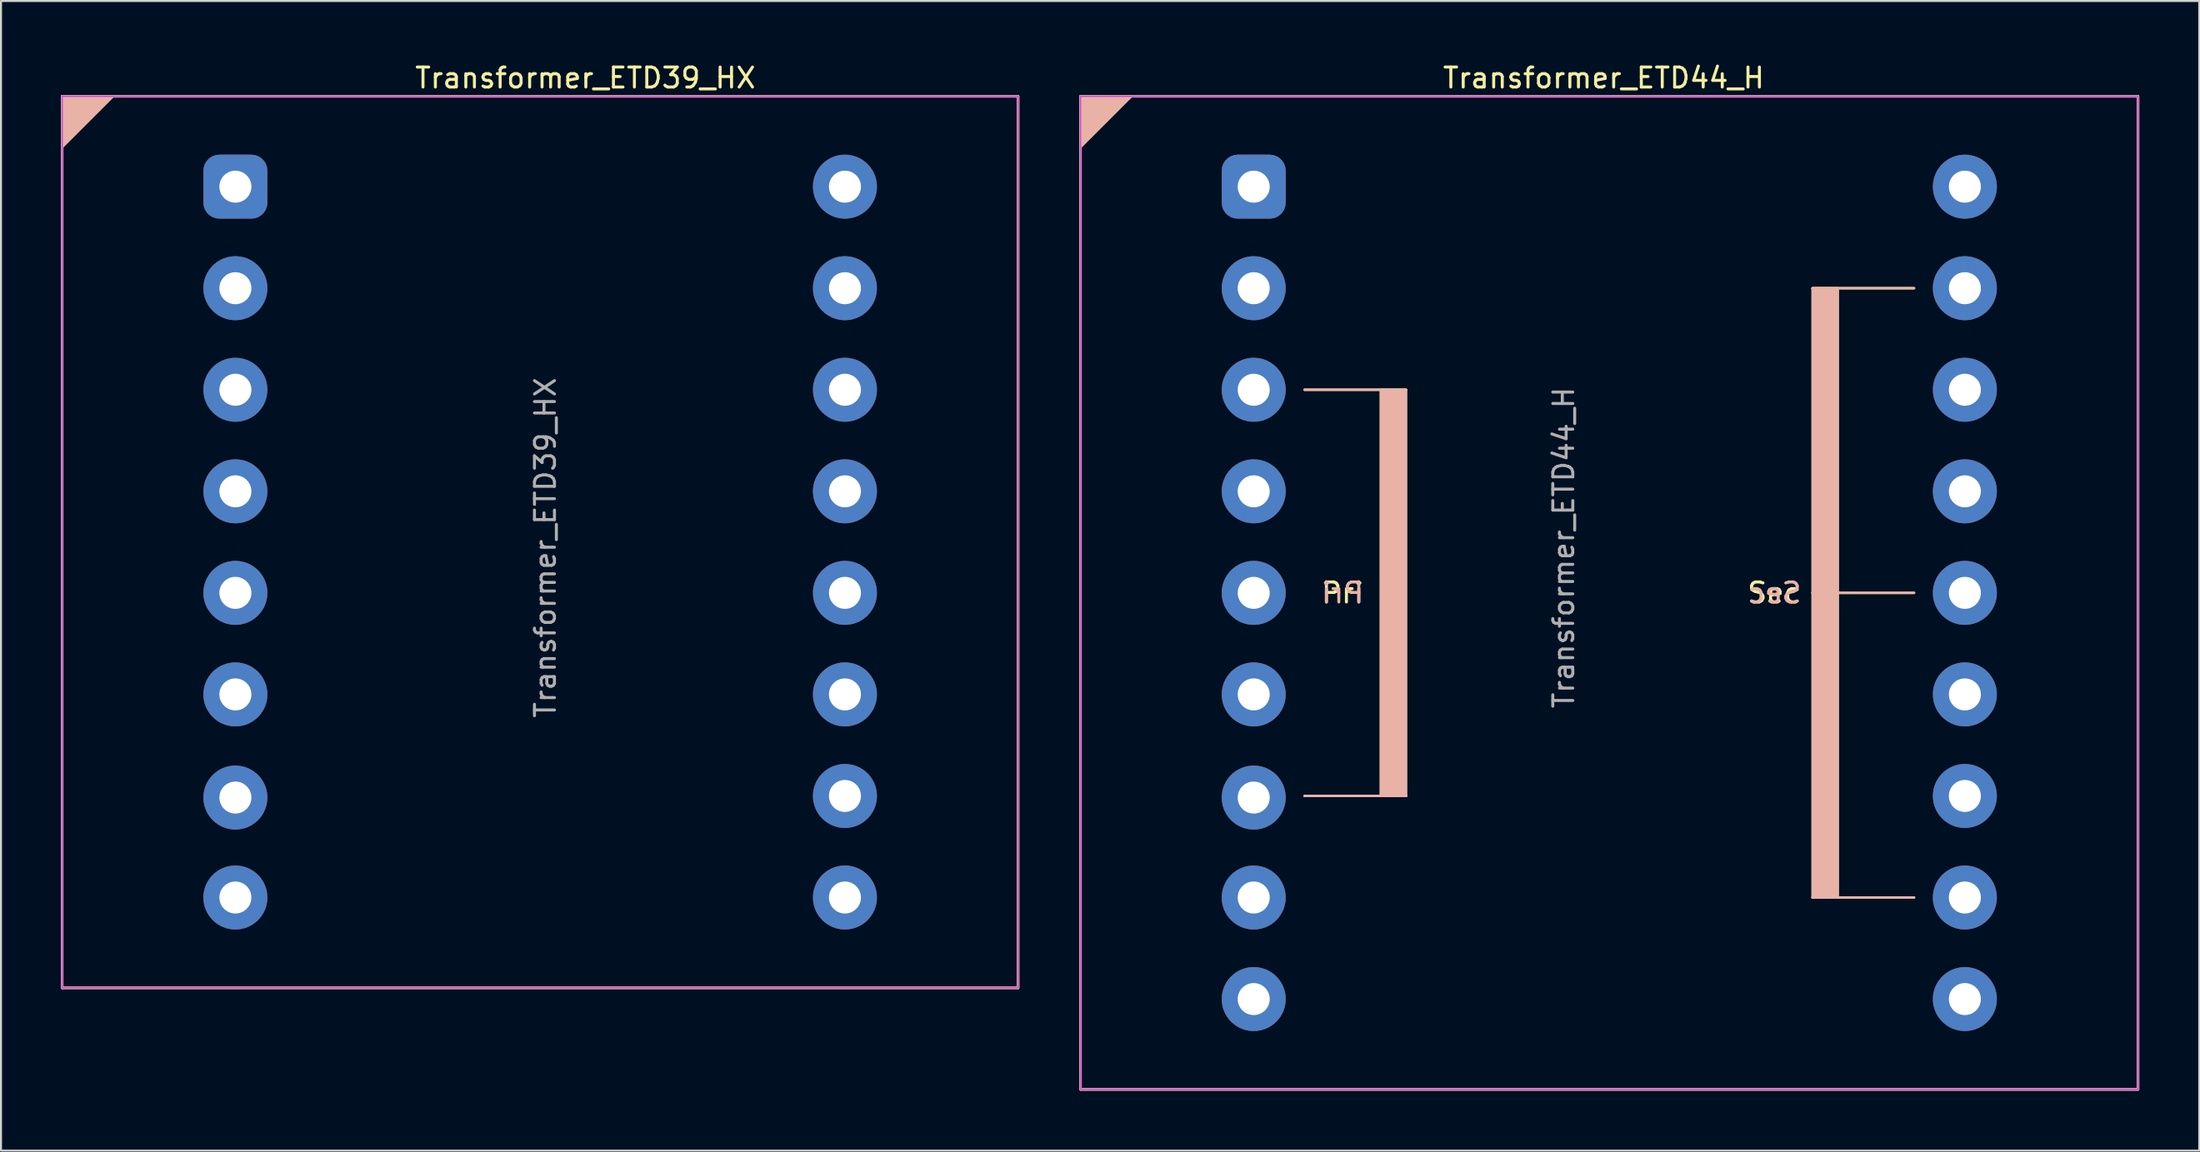
<source format=kicad_pcb>
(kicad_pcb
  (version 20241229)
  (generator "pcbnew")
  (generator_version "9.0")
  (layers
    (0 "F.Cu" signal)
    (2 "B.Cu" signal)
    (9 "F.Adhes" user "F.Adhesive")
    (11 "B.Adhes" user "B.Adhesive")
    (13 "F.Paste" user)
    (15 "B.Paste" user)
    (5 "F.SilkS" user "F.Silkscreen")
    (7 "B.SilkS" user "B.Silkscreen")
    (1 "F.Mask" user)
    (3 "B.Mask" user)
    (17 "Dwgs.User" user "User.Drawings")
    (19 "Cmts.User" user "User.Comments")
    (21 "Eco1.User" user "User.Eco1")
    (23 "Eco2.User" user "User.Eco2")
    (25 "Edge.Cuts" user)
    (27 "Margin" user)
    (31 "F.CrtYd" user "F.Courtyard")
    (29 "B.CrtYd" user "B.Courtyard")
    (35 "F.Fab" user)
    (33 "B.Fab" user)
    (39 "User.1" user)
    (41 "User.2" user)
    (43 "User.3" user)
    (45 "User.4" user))
  (footprint "Transformer_ETD44_H"
    (layer "F.Cu")
    (at 77.42 26.608)
    (property "Reference" "Transformer_ETD44_H" (at -0.28 -25.76 0) (layer "F.SilkS") (effects (font (size 1 1) (thickness 0.15))))
    (attr through_hole)
    (fp_line (start -26.44 -24.84) (end -26.44 24.84) (stroke (width 0.12) (type solid)) (layer "F.SilkS"))
    (fp_line (start -26.44 -24.84) (end 26.44 -24.84) (stroke (width 0.12) (type solid)) (layer "F.SilkS"))
    (fp_line (start -15.24 -10.16) (end -10.16 -10.16) (stroke (width 0.12) (type solid)) (layer "F.SilkS"))
    (fp_line (start -10.16 10.16) (end -15.24 10.16) (stroke (width 0.12) (type solid)) (layer "F.SilkS"))
    (fp_line (start 10.16 -15.24) (end 15.24 -15.24) (stroke (width 0.12) (type solid)) (layer "F.SilkS"))
    (fp_line (start 10.16 0) (end 15.24 0) (stroke (width 0.12) (type solid)) (layer "F.SilkS"))
    (fp_line (start 10.16 15.24) (end 15.24 15.24) (stroke (width 0.12) (type solid)) (layer "F.SilkS"))
    (fp_line (start 26.44 24.84) (end -26.44 24.84) (stroke (width 0.12) (type solid)) (layer "F.SilkS"))
    (fp_line (start 26.44 24.84) (end 26.44 -24.84) (stroke (width 0.12) (type solid)) (layer "F.SilkS"))
    (fp_poly (pts (xy -26.44 -22.3) (xy -26.44 -24.84) (xy -23.9 -24.84)) (stroke (width 0.1) (type solid)) (fill yes) (layer "F.SilkS"))
    (fp_poly (pts (xy -10.16 10.16) (xy -11.43 10.16) (xy -11.43 -10.16) (xy -10.16 -10.16)) (stroke (width 0.1) (type solid)) (fill yes) (layer "F.SilkS"))
    (fp_poly (pts (xy 11.43 15.24) (xy 10.16 15.24) (xy 10.16 -15.24) (xy 11.43 -15.24)) (stroke (width 0.1) (type solid)) (fill yes) (layer "F.SilkS"))
    (fp_line (start -26.44 -24.84) (end 26.44 -24.84) (stroke (width 0.12) (type solid)) (layer "B.SilkS"))
    (fp_line (start -26.44 24.84) (end -26.44 -24.84) (stroke (width 0.12) (type solid)) (layer "B.SilkS"))
    (fp_line (start -15.24 10.16) (end -10.16 10.16) (stroke (width 0.12) (type solid)) (layer "B.SilkS"))
    (fp_line (start -10.16 -10.16) (end -15.24 -10.16) (stroke (width 0.12) (type solid)) (layer "B.SilkS"))
    (fp_line (start 10.16 -15.24) (end 15.24 -15.24) (stroke (width 0.12) (type solid)) (layer "B.SilkS"))
    (fp_line (start 10.16 0) (end 15.24 0) (stroke (width 0.12) (type solid)) (layer "B.SilkS"))
    (fp_line (start 10.16 15.24) (end 15.24 15.24) (stroke (width 0.12) (type solid)) (layer "B.SilkS"))
    (fp_line (start 26.44 -24.84) (end 26.44 24.84) (stroke (width 0.12) (type solid)) (layer "B.SilkS"))
    (fp_line (start 26.44 24.84) (end -26.44 24.84) (stroke (width 0.12) (type solid)) (layer "B.SilkS"))
    (fp_poly (pts (xy -23.9 -24.84) (xy -26.44 -24.84) (xy -26.44 -22.3)) (stroke (width 0.1) (type solid)) (fill yes) (layer "B.SilkS"))
    (fp_poly (pts (xy -10.16 -10.16) (xy -11.43 -10.16) (xy -11.43 10.16) (xy -10.16 10.16)) (stroke (width 0.1) (type solid)) (fill yes) (layer "B.SilkS"))
    (fp_poly (pts (xy 11.43 -15.24) (xy 10.16 -15.24) (xy 10.16 15.24) (xy 11.43 15.24)) (stroke (width 0.1) (type solid)) (fill yes) (layer "B.SilkS"))
    (fp_line (start -26.44 -24.84) (end -26.44 24.84) (stroke (width 0.05) (type solid)) (layer "F.CrtYd"))
    (fp_line (start -26.44 -24.84) (end 26.44 -24.84) (stroke (width 0.05) (type solid)) (layer "F.CrtYd"))
    (fp_line (start 26.44 24.84) (end -26.44 24.84) (stroke (width 0.05) (type solid)) (layer "F.CrtYd"))
    (fp_line (start 26.44 24.84) (end 26.44 -24.84) (stroke (width 0.05) (type solid)) (layer "F.CrtYd"))
    (fp_line (start -26.44 -24.84) (end -26.44 24.84) (stroke (width 0.1) (type solid)) (layer "F.Fab"))
    (fp_line (start -26.44 24.84) (end 26.44 24.84) (stroke (width 0.1) (type solid)) (layer "F.Fab"))
    (fp_line (start 26.44 -24.84) (end -26.44 -24.84) (stroke (width 0.1) (type solid)) (layer "F.Fab"))
    (fp_line (start 26.44 24.84) (end 26.44 -24.84) (stroke (width 0.1) (type solid)) (layer "F.Fab"))
    (fp_text user "Pri" (at -13.335 0 0) (layer "F.SilkS") (effects (font (size 1 1) (thickness 0.15))))
    (fp_text user "Sec" (at 8.255 0 0) (layer "F.SilkS") (effects (font (size 1 1) (thickness 0.15))))
    (fp_text user "Pri" (at -13.335 0 0) (layer "B.SilkS") (effects (font (size 1 1) (thickness 0.15)) (justify mirror)))
    (fp_text user "Sec" (at 8.255 0 0) (layer "B.SilkS") (effects (font (size 1 1) (thickness 0.15)) (justify mirror)))
    (fp_text user "${REFERENCE}" (at -2.28 -2.26 90) (layer "F.Fab") (effects (font (size 1 1) (thickness 0.15))))
    (pad "1" thru_hole roundrect (at -17.78 -20.32) (size 3.2 3.2) (drill 1.6) (layers "*.Cu" "*.Mask") (roundrect_rratio 0.25))
    (pad "2" thru_hole circle (at -17.78 -15.24) (size 3.2 3.2) (drill 1.6) (layers "*.Cu" "*.Mask"))
    (pad "3" thru_hole circle (at -17.78 -10.16) (size 3.2 3.2) (drill 1.6) (layers "*.Cu" "*.Mask"))
    (pad "4" thru_hole circle (at -17.78 -5.08) (size 3.2 3.2) (drill 1.6) (layers "*.Cu" "*.Mask"))
    (pad "5" thru_hole circle (at -17.78 0) (size 3.2 3.2) (drill 1.6) (layers "*.Cu" "*.Mask"))
    (pad "6" thru_hole circle (at -17.78 5.08) (size 3.2 3.2) (drill 1.6) (layers "*.Cu" "*.Mask"))
    (pad "7" thru_hole circle (at -17.78 10.24) (size 3.2 3.2) (drill 1.6) (layers "*.Cu" "*.Mask"))
    (pad "8" thru_hole circle (at -17.78 15.24) (size 3.2 3.2) (drill 1.6) (layers "*.Cu" "*.Mask"))
    (pad "9" thru_hole circle (at -17.78 20.32) (size 3.2 3.2) (drill 1.6) (layers "*.Cu" "*.Mask"))
    (pad "10" thru_hole circle (at 17.78 20.32) (size 3.2 3.2) (drill 1.6) (layers "*.Cu" "*.Mask"))
    (pad "11" thru_hole circle (at 17.78 15.24) (size 3.2 3.2) (drill 1.6) (layers "*.Cu" "*.Mask"))
    (pad "12" thru_hole circle (at 17.78 10.16) (size 3.2 3.2) (drill 1.6) (layers "*.Cu" "*.Mask"))
    (pad "13" thru_hole circle (at 17.78 5.08) (size 3.2 3.2) (drill 1.6) (layers "*.Cu" "*.Mask"))
    (pad "14" thru_hole circle (at 17.78 0) (size 3.2 3.2) (drill 1.6) (layers "*.Cu" "*.Mask"))
    (pad "15" thru_hole circle (at 17.78 -5.08) (size 3.2 3.2) (drill 1.6) (layers "*.Cu" "*.Mask"))
    (pad "16" thru_hole circle (at 17.78 -10.16) (size 3.2 3.2) (drill 1.6) (layers "*.Cu" "*.Mask"))
    (pad "17" thru_hole circle (at 17.78 -15.24) (size 3.2 3.2) (drill 1.6) (layers "*.Cu" "*.Mask"))
    (pad "18" thru_hole circle (at 17.78 -20.32) (size 3.2 3.2) (drill 1.6) (layers "*.Cu" "*.Mask")))
  (footprint "Transformer_ETD39_HX"
    (layer "F.Cu")
    (at 8.72 41.848)
    (property "Reference" "Transformer_ETD39_HX" (at 17.5 -41 0) (layer "F.SilkS") (effects (font (size 1 1) (thickness 0.15))))
    (attr through_hole)
    (fp_line (start -8.66 -40.08) (end -8.66 4.52) (stroke (width 0.12) (type solid)) (layer "F.SilkS"))
    (fp_line (start -8.66 -40.08) (end 39.14 -40.08) (stroke (width 0.12) (type solid)) (layer "F.SilkS"))
    (fp_line (start 39.14 4.52) (end -8.66 4.52) (stroke (width 0.12) (type solid)) (layer "F.SilkS"))
    (fp_line (start 39.14 4.52) (end 39.14 -40.08) (stroke (width 0.12) (type solid)) (layer "F.SilkS"))
    (fp_poly (pts (xy -8.66 -37.54) (xy -8.66 -40.08) (xy -6.12 -40.08)) (stroke (width 0.1) (type solid)) (fill yes) (layer "F.SilkS"))
    (fp_line (start -8.66 -40.08) (end 39.14 -40.08) (stroke (width 0.12) (type solid)) (layer "B.SilkS"))
    (fp_line (start -8.66 4.52) (end -8.66 -40.08) (stroke (width 0.12) (type solid)) (layer "B.SilkS"))
    (fp_line (start 39.14 -40.08) (end 39.14 4.52) (stroke (width 0.12) (type solid)) (layer "B.SilkS"))
    (fp_line (start 39.14 4.52) (end -8.66 4.52) (stroke (width 0.12) (type solid)) (layer "B.SilkS"))
    (fp_poly (pts (xy -6.12 -40.08) (xy -8.66 -40.08) (xy -8.66 -37.54)) (stroke (width 0.1) (type solid)) (fill yes) (layer "B.SilkS"))
    (fp_line (start -8.66 -40.08) (end -8.66 4.52) (stroke (width 0.05) (type solid)) (layer "F.CrtYd"))
    (fp_line (start -8.66 -40.08) (end 39.14 -40.08) (stroke (width 0.05) (type solid)) (layer "F.CrtYd"))
    (fp_line (start 39.14 4.52) (end -8.66 4.52) (stroke (width 0.05) (type solid)) (layer "F.CrtYd"))
    (fp_line (start 39.14 4.52) (end 39.14 -40.08) (stroke (width 0.05) (type solid)) (layer "F.CrtYd"))
    (fp_line (start -8.66 -40.08) (end -8.66 4.52) (stroke (width 0.1) (type solid)) (layer "F.Fab"))
    (fp_line (start -8.66 4.52) (end 39.14 4.52) (stroke (width 0.1) (type solid)) (layer "F.Fab"))
    (fp_line (start 39.14 -40.08) (end -8.66 -40.08) (stroke (width 0.1) (type solid)) (layer "F.Fab"))
    (fp_line (start 39.14 4.52) (end 39.14 -40.08) (stroke (width 0.1) (type solid)) (layer "F.Fab"))
    (fp_text user "${REFERENCE}" (at 15.5 -17.5 90) (layer "F.Fab") (effects (font (size 1 1) (thickness 0.15))))
    (pad "1" thru_hole roundrect (at 0 -35.56) (size 3.2 3.2) (drill 1.6) (layers "*.Cu" "*.Mask") (roundrect_rratio 0.25))
    (pad "2" thru_hole circle (at 0 -30.48) (size 3.2 3.2) (drill 1.6) (layers "*.Cu" "*.Mask"))
    (pad "3" thru_hole circle (at 0 -25.4) (size 3.2 3.2) (drill 1.6) (layers "*.Cu" "*.Mask"))
    (pad "4" thru_hole circle (at 0 -20.32) (size 3.2 3.2) (drill 1.6) (layers "*.Cu" "*.Mask"))
    (pad "5" thru_hole circle (at 0 -15.24) (size 3.2 3.2) (drill 1.6) (layers "*.Cu" "*.Mask"))
    (pad "6" thru_hole circle (at 0 -10.16) (size 3.2 3.2) (drill 1.6) (layers "*.Cu" "*.Mask"))
    (pad "7" thru_hole circle (at 0 -5) (size 3.2 3.2) (drill 1.6) (layers "*.Cu" "*.Mask"))
    (pad "8" thru_hole circle (at 0 0) (size 3.2 3.2) (drill 1.6) (layers "*.Cu" "*.Mask"))
    (pad "9" thru_hole circle (at 30.48 0) (size 3.2 3.2) (drill 1.6) (layers "*.Cu" "*.Mask"))
    (pad "10" thru_hole circle (at 30.48 -5.08) (size 3.2 3.2) (drill 1.6) (layers "*.Cu" "*.Mask"))
    (pad "11" thru_hole circle (at 30.48 -10.16) (size 3.2 3.2) (drill 1.6) (layers "*.Cu" "*.Mask"))
    (pad "12" thru_hole circle (at 30.48 -15.24) (size 3.2 3.2) (drill 1.6) (layers "*.Cu" "*.Mask"))
    (pad "13" thru_hole circle (at 30.48 -20.32) (size 3.2 3.2) (drill 1.6) (layers "*.Cu" "*.Mask"))
    (pad "14" thru_hole circle (at 30.48 -25.4) (size 3.2 3.2) (drill 1.6) (layers "*.Cu" "*.Mask"))
    (pad "15" thru_hole circle (at 30.48 -30.48) (size 3.2 3.2) (drill 1.6) (layers "*.Cu" "*.Mask"))
    (pad "16" thru_hole circle (at 30.48 -35.56) (size 3.2 3.2) (drill 1.6) (layers "*.Cu" "*.Mask")))
  (gr_rect
    (start -3 -3)
    (end 106.92 54.508)
    (stroke (width 0.1) (type default))
    (fill no)
    (layer "Edge.Cuts")))
</source>
